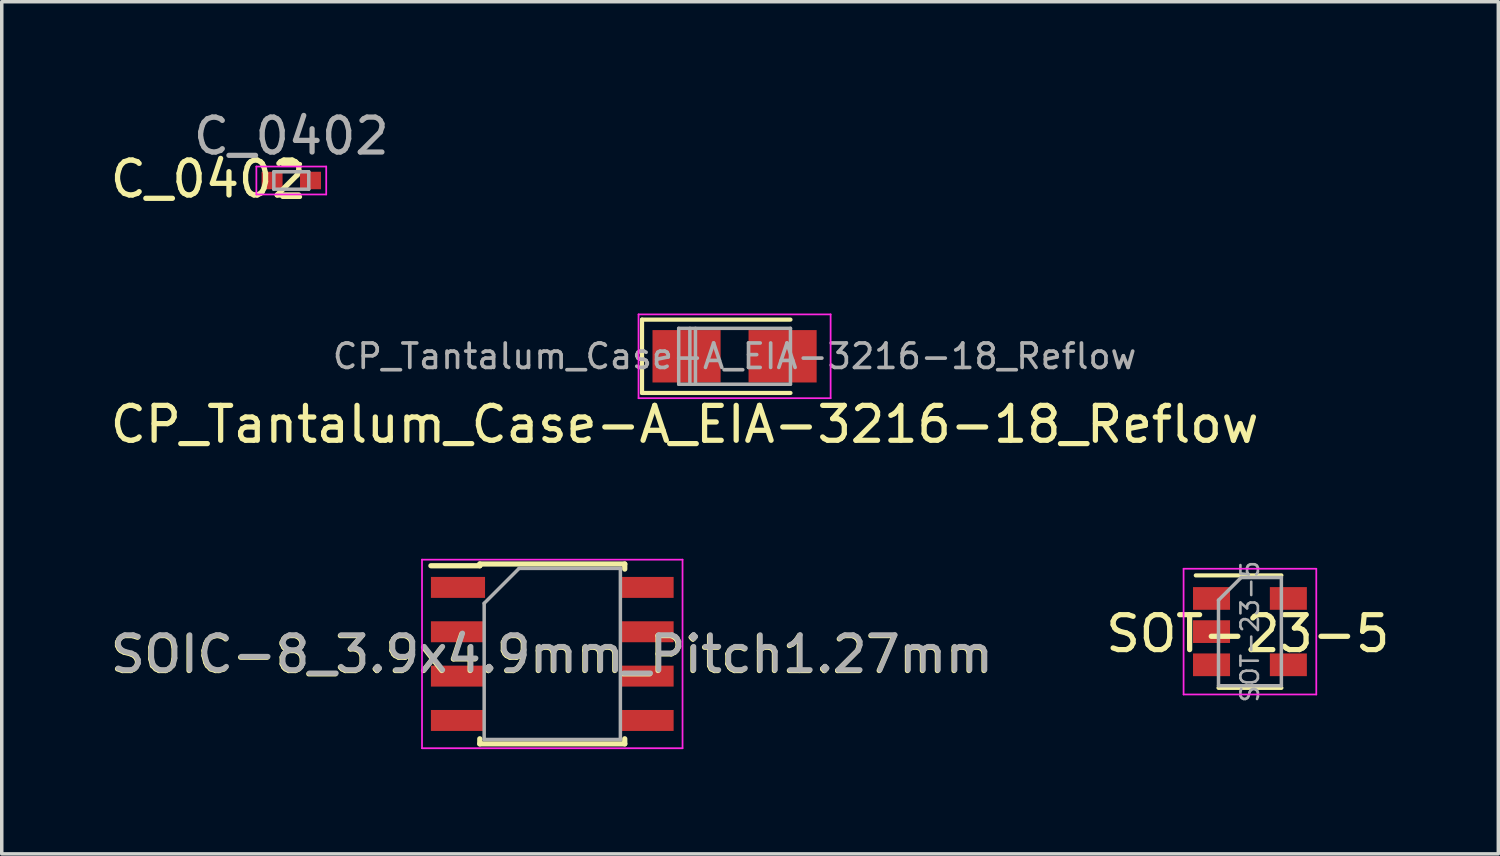
<source format=kicad_pcb>
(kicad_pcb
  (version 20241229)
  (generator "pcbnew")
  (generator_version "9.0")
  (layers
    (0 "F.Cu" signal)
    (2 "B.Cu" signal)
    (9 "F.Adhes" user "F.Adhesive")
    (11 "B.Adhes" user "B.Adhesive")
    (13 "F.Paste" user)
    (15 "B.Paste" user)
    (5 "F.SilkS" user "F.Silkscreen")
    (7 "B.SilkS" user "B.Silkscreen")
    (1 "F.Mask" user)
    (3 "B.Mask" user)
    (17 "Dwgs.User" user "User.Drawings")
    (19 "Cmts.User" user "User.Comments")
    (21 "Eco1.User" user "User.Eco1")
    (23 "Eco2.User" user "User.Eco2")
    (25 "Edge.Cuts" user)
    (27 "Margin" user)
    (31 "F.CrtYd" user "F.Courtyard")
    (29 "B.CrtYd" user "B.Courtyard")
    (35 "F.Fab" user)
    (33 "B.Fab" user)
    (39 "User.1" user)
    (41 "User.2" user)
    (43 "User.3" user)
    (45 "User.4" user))
  (footprint "SOIC-8_3.9x4.9mm_Pitch1.27mm"
    (layer "F.Cu")
    (at 12.764 15.675)
    (property "Reference" "SOIC-8_3.9x4.9mm_Pitch1.27mm" (at -0.02 0.02 0) (layer "F.SilkS") (effects (font (size 1 1) (thickness 0.15))))
    (attr smd)
    (fp_line (start -2.075 -2.575) (end -2.075 -2.525) (stroke (width 0.15) (type solid)) (layer "F.SilkS"))
    (fp_line (start -2.075 -2.575) (end 2.075 -2.575) (stroke (width 0.15) (type solid)) (layer "F.SilkS"))
    (fp_line (start -2.075 -2.525) (end -3.475 -2.525) (stroke (width 0.15) (type solid)) (layer "F.SilkS"))
    (fp_line (start -2.075 2.575) (end -2.075 2.43) (stroke (width 0.15) (type solid)) (layer "F.SilkS"))
    (fp_line (start -2.075 2.575) (end 2.075 2.575) (stroke (width 0.15) (type solid)) (layer "F.SilkS"))
    (fp_line (start 2.075 -2.575) (end 2.075 -2.43) (stroke (width 0.15) (type solid)) (layer "F.SilkS"))
    (fp_line (start 2.075 2.575) (end 2.075 2.43) (stroke (width 0.15) (type solid)) (layer "F.SilkS"))
    (fp_line (start -3.73 -2.7) (end -3.73 2.7) (stroke (width 0.05) (type solid)) (layer "F.CrtYd"))
    (fp_line (start -3.73 -2.7) (end 3.73 -2.7) (stroke (width 0.05) (type solid)) (layer "F.CrtYd"))
    (fp_line (start -3.73 2.7) (end 3.73 2.7) (stroke (width 0.05) (type solid)) (layer "F.CrtYd"))
    (fp_line (start 3.73 -2.7) (end 3.73 2.7) (stroke (width 0.05) (type solid)) (layer "F.CrtYd"))
    (fp_line (start -1.95 -1.45) (end -0.95 -2.45) (stroke (width 0.1) (type solid)) (layer "F.Fab"))
    (fp_line (start -1.95 2.45) (end -1.95 -1.45) (stroke (width 0.1) (type solid)) (layer "F.Fab"))
    (fp_line (start -0.95 -2.45) (end 1.95 -2.45) (stroke (width 0.1) (type solid)) (layer "F.Fab"))
    (fp_line (start 1.95 -2.45) (end 1.95 2.45) (stroke (width 0.1) (type solid)) (layer "F.Fab"))
    (fp_line (start 1.95 2.45) (end -1.95 2.45) (stroke (width 0.1) (type solid)) (layer "F.Fab"))
    (fp_text user "${REFERENCE}" (at 0 0 0) (layer "F.Fab") (effects (font (size 1 1) (thickness 0.15))))
    (pad "1" smd rect (at -2.7 -1.905) (size 1.55 0.6) (layers "F.Cu" "F.Mask" "F.Paste"))
    (pad "2" smd rect (at -2.7 -0.635) (size 1.55 0.6) (layers "F.Cu" "F.Mask" "F.Paste"))
    (pad "3" smd rect (at -2.7 0.635) (size 1.55 0.6) (layers "F.Cu" "F.Mask" "F.Paste"))
    (pad "4" smd rect (at -2.7 1.905) (size 1.55 0.6) (layers "F.Cu" "F.Mask" "F.Paste"))
    (pad "5" smd rect (at 2.7 1.905) (size 1.55 0.6) (layers "F.Cu" "F.Mask" "F.Paste"))
    (pad "6" smd rect (at 2.7 0.635) (size 1.55 0.6) (layers "F.Cu" "F.Mask" "F.Paste"))
    (pad "7" smd rect (at 2.7 -0.635) (size 1.55 0.6) (layers "F.Cu" "F.Mask" "F.Paste"))
    (pad "8" smd rect (at 2.7 -1.905) (size 1.55 0.6) (layers "F.Cu" "F.Mask" "F.Paste")))
  (footprint "SOT-23-5"
    (layer "F.Cu")
    (at 32.741 15.036)
    (property "Reference" "SOT-23-5" (at -0.06 0.06 0) (layer "F.SilkS") (effects (font (size 1 1) (thickness 0.15))))
    (attr smd)
    (fp_line (start -0.9 1.61) (end 0.9 1.61) (stroke (width 0.12) (type solid)) (layer "F.SilkS"))
    (fp_line (start 0.9 -1.61) (end -1.55 -1.61) (stroke (width 0.12) (type solid)) (layer "F.SilkS"))
    (fp_line (start -1.9 -1.8) (end 1.9 -1.8) (stroke (width 0.05) (type solid)) (layer "F.CrtYd"))
    (fp_line (start -1.9 1.8) (end -1.9 -1.8) (stroke (width 0.05) (type solid)) (layer "F.CrtYd"))
    (fp_line (start 1.9 -1.8) (end 1.9 1.8) (stroke (width 0.05) (type solid)) (layer "F.CrtYd"))
    (fp_line (start 1.9 1.8) (end -1.9 1.8) (stroke (width 0.05) (type solid)) (layer "F.CrtYd"))
    (fp_line (start -0.9 -0.9) (end -0.9 1.55) (stroke (width 0.1) (type solid)) (layer "F.Fab"))
    (fp_line (start -0.9 -0.9) (end -0.25 -1.55) (stroke (width 0.1) (type solid)) (layer "F.Fab"))
    (fp_line (start 0.9 -1.55) (end -0.25 -1.55) (stroke (width 0.1) (type solid)) (layer "F.Fab"))
    (fp_line (start 0.9 -1.55) (end 0.9 1.55) (stroke (width 0.1) (type solid)) (layer "F.Fab"))
    (fp_line (start 0.9 1.55) (end -0.9 1.55) (stroke (width 0.1) (type solid)) (layer "F.Fab"))
    (fp_text user "${REFERENCE}" (at 0 0 90) (layer "F.Fab") (effects (font (size 0.5 0.5) (thickness 0.075))))
    (pad "1" smd rect (at -1.1 -0.95) (size 1.06 0.65) (layers "F.Cu" "F.Mask" "F.Paste"))
    (pad "2" smd rect (at -1.1 0) (size 1.06 0.65) (layers "F.Cu" "F.Mask" "F.Paste"))
    (pad "3" smd rect (at -1.1 0.95) (size 1.06 0.65) (layers "F.Cu" "F.Mask" "F.Paste"))
    (pad "4" smd rect (at 1.1 0.95) (size 1.06 0.65) (layers "F.Cu" "F.Mask" "F.Paste"))
    (pad "5" smd rect (at 1.1 -0.95) (size 1.06 0.65) (layers "F.Cu" "F.Mask" "F.Paste")))
  (footprint "CP_Tantalum_Case-A_EIA-3216-18_Reflow"
    (layer "F.Cu")
    (at 17.984 7.152)
    (property "Reference" "CP_Tantalum_Case-A_EIA-3216-18_Reflow" (at -1.43 1.95 0) (layer "F.SilkS") (effects (font (size 1 1) (thickness 0.15))))
    (attr smd)
    (fp_line (start -2.65 -1.05) (end -2.65 1.05) (stroke (width 0.12) (type solid)) (layer "F.SilkS"))
    (fp_line (start -2.65 -1.05) (end 1.6 -1.05) (stroke (width 0.12) (type solid)) (layer "F.SilkS"))
    (fp_line (start -2.65 1.05) (end 1.6 1.05) (stroke (width 0.12) (type solid)) (layer "F.SilkS"))
    (fp_line (start -2.75 -1.2) (end -2.75 1.2) (stroke (width 0.05) (type solid)) (layer "F.CrtYd"))
    (fp_line (start -2.75 1.2) (end 2.75 1.2) (stroke (width 0.05) (type solid)) (layer "F.CrtYd"))
    (fp_line (start 2.75 -1.2) (end -2.75 -1.2) (stroke (width 0.05) (type solid)) (layer "F.CrtYd"))
    (fp_line (start 2.75 1.2) (end 2.75 -1.2) (stroke (width 0.05) (type solid)) (layer "F.CrtYd"))
    (fp_line (start -1.6 -0.8) (end -1.6 0.8) (stroke (width 0.1) (type solid)) (layer "F.Fab"))
    (fp_line (start -1.6 0.8) (end 1.6 0.8) (stroke (width 0.1) (type solid)) (layer "F.Fab"))
    (fp_line (start -1.28 -0.8) (end -1.28 0.8) (stroke (width 0.1) (type solid)) (layer "F.Fab"))
    (fp_line (start -1.12 -0.8) (end -1.12 0.8) (stroke (width 0.1) (type solid)) (layer "F.Fab"))
    (fp_line (start 1.6 -0.8) (end -1.6 -0.8) (stroke (width 0.1) (type solid)) (layer "F.Fab"))
    (fp_line (start 1.6 0.8) (end 1.6 -0.8) (stroke (width 0.1) (type solid)) (layer "F.Fab"))
    (fp_text user "${REFERENCE}" (at 0 0 0) (layer "F.Fab") (effects (font (size 0.7 0.7) (thickness 0.105))))
    (pad "1" smd rect (at -1.375 0) (size 1.95 1.5) (layers "F.Cu" "F.Mask" "F.Paste"))
    (pad "2" smd rect (at 1.375 0) (size 1.95 1.5) (layers "F.Cu" "F.Mask" "F.Paste")))
  (footprint "C_0402"
    (layer "F.Cu")
    (at 5.291 2.118)
    (property "Reference" "C_0402" (at -2.38 -0.04 0) (layer "F.SilkS") (effects (font (size 1 1) (thickness 0.15))))
    (attr smd)
    (fp_line (start -0.25 0.47) (end 0.25 0.47) (stroke (width 0.12) (type solid)) (layer "F.SilkS"))
    (fp_line (start 0.25 -0.47) (end -0.25 -0.47) (stroke (width 0.12) (type solid)) (layer "F.SilkS"))
    (fp_line (start -1 -0.4) (end -1 0.4) (stroke (width 0.05) (type solid)) (layer "F.CrtYd"))
    (fp_line (start -1 -0.4) (end 1 -0.4) (stroke (width 0.05) (type solid)) (layer "F.CrtYd"))
    (fp_line (start 1 0.4) (end -1 0.4) (stroke (width 0.05) (type solid)) (layer "F.CrtYd"))
    (fp_line (start 1 0.4) (end 1 -0.4) (stroke (width 0.05) (type solid)) (layer "F.CrtYd"))
    (fp_line (start -0.5 -0.25) (end 0.5 -0.25) (stroke (width 0.1) (type solid)) (layer "F.Fab"))
    (fp_line (start -0.5 0.25) (end -0.5 -0.25) (stroke (width 0.1) (type solid)) (layer "F.Fab"))
    (fp_line (start 0.5 -0.25) (end 0.5 0.25) (stroke (width 0.1) (type solid)) (layer "F.Fab"))
    (fp_line (start 0.5 0.25) (end -0.5 0.25) (stroke (width 0.1) (type solid)) (layer "F.Fab"))
    (fp_text user "${REFERENCE}" (at 0 -1.27 0) (layer "F.Fab") (effects (font (size 1 1) (thickness 0.15))))
    (pad "1" smd rect (at -0.55 0) (size 0.6 0.5) (layers "F.Cu" "F.Mask" "F.Paste"))
    (pad "2" smd rect (at 0.55 0) (size 0.6 0.5) (layers "F.Cu" "F.Mask" "F.Paste")))
  (gr_rect
    (start -3 -3)
    (end 39.853 21.4)
    (stroke (width 0.1) (type default))
    (fill no)
    (layer "Edge.Cuts")))
</source>
